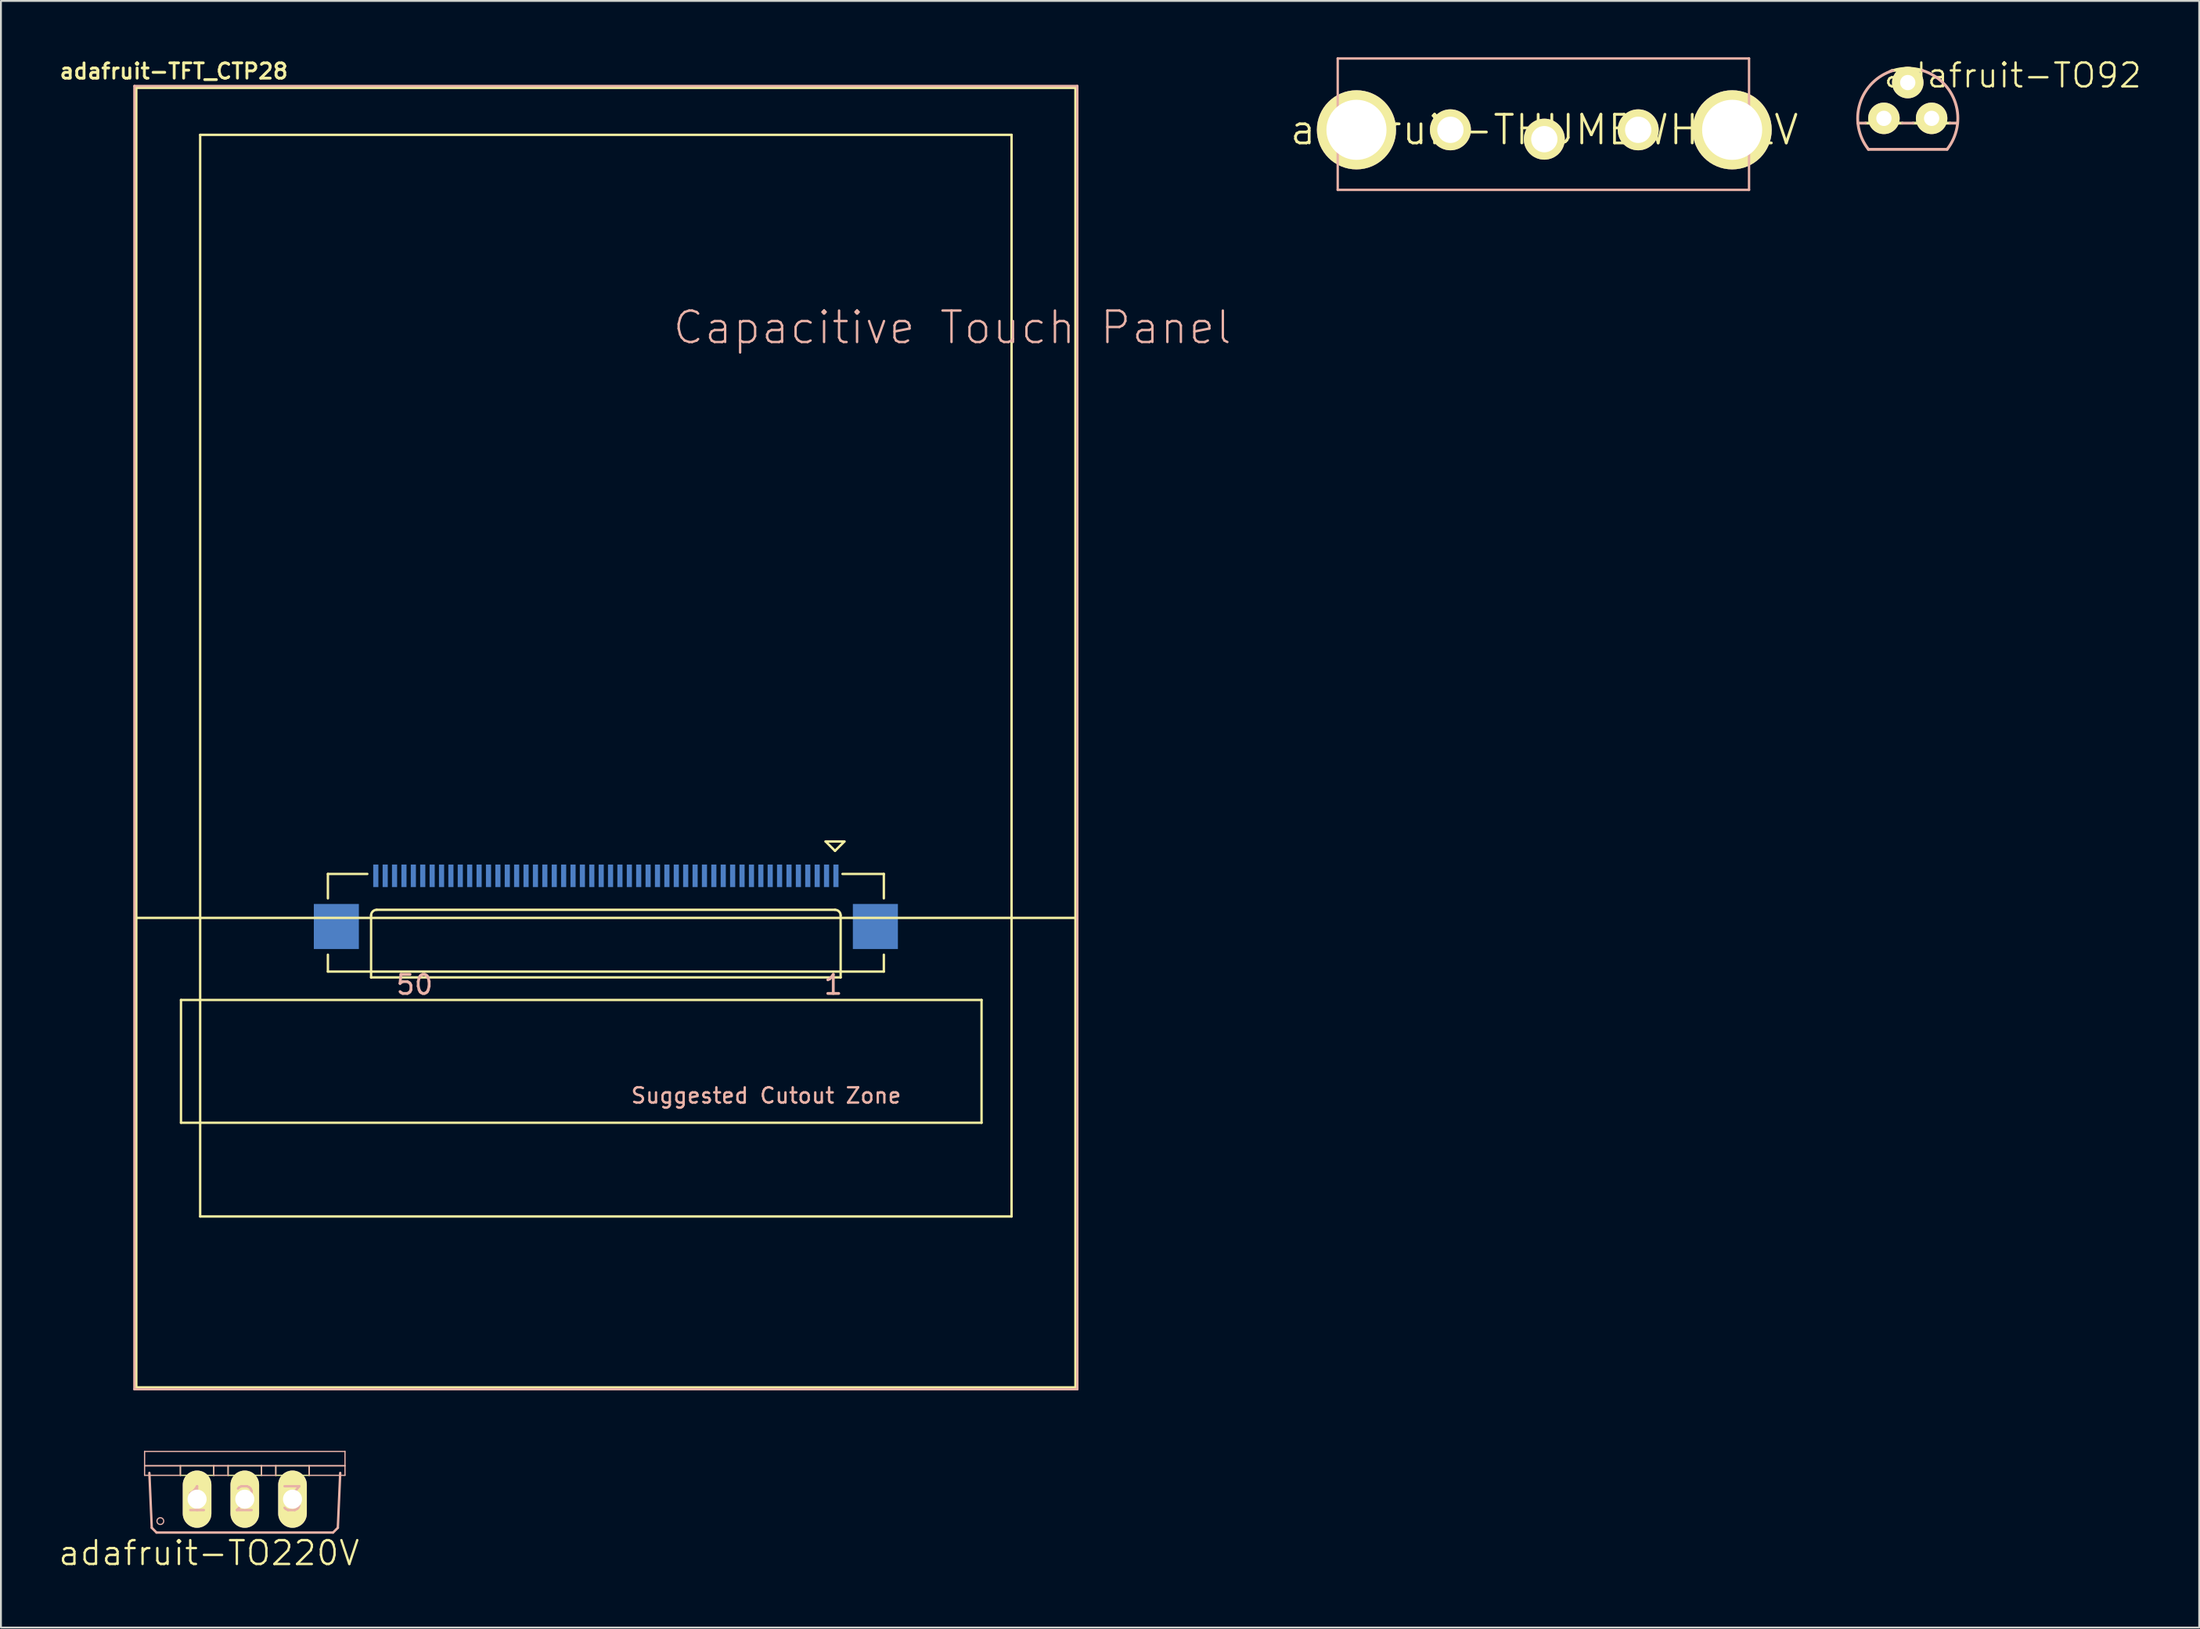
<source format=kicad_pcb>
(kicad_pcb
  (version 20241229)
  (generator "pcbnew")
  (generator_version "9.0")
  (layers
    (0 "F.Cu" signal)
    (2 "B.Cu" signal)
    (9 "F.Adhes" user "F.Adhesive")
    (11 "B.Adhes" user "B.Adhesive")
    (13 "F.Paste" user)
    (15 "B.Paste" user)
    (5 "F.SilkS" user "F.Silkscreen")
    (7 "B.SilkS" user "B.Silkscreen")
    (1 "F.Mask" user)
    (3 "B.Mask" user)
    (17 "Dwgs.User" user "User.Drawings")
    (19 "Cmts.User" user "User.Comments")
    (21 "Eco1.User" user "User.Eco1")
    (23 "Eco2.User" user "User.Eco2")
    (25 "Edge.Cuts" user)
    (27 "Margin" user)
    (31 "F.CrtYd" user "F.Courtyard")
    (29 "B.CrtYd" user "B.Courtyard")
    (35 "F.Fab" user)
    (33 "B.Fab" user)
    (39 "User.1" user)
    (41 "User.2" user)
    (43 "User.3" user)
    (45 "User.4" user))
  (footprint "adafruit-TO220V"
    (layer "F.Cu")
    (at 9.982 74.242)
    (property "Reference" "adafruit-TO220V" (at -1.905 5.41 0) (layer "F.SilkS") (effects (font (size 1.27 1.27) (thickness 0.127))))
    (attr exclude_from_pos_files exclude_from_bom)
    (fp_line (start -3.429 0.762) (end -1.651 0.762) (stroke (width 0.066) (type solid)) (layer "F.SilkS"))
    (fp_line (start -3.429 1.27) (end -3.429 0.762) (stroke (width 0.066) (type solid)) (layer "F.SilkS"))
    (fp_line (start -3.429 1.27) (end -1.651 1.27) (stroke (width 0.066) (type solid)) (layer "F.SilkS"))
    (fp_line (start -1.651 1.27) (end -1.651 0.762) (stroke (width 0.066) (type solid)) (layer "F.SilkS"))
    (fp_line (start -0.889 0.762) (end 0.889 0.762) (stroke (width 0.066) (type solid)) (layer "F.SilkS"))
    (fp_line (start -0.889 1.27) (end -0.889 0.762) (stroke (width 0.066) (type solid)) (layer "F.SilkS"))
    (fp_line (start -0.889 1.27) (end 0.889 1.27) (stroke (width 0.066) (type solid)) (layer "F.SilkS"))
    (fp_line (start 0.889 1.27) (end 0.889 0.762) (stroke (width 0.066) (type solid)) (layer "F.SilkS"))
    (fp_line (start 1.651 0.762) (end 3.429 0.762) (stroke (width 0.066) (type solid)) (layer "F.SilkS"))
    (fp_line (start 1.651 1.27) (end 1.651 0.762) (stroke (width 0.066) (type solid)) (layer "F.SilkS"))
    (fp_line (start 1.651 1.27) (end 3.429 1.27) (stroke (width 0.066) (type solid)) (layer "F.SilkS"))
    (fp_line (start 3.429 1.27) (end 3.429 0.762) (stroke (width 0.066) (type solid)) (layer "F.SilkS"))
    (fp_line (start -5.334 0) (end 5.334 0) (stroke (width 0.066) (type solid)) (layer "B.SilkS"))
    (fp_line (start -5.334 0.762) (end -5.334 0) (stroke (width 0.066) (type solid)) (layer "B.SilkS"))
    (fp_line (start -5.334 0.762) (end -3.429 0.762) (stroke (width 0.066) (type solid)) (layer "B.SilkS"))
    (fp_line (start -5.334 0.762) (end 5.334 0.762) (stroke (width 0.066) (type solid)) (layer "B.SilkS"))
    (fp_line (start -5.334 1.27) (end -5.334 0.762) (stroke (width 0.066) (type solid)) (layer "B.SilkS"))
    (fp_line (start -5.334 1.27) (end -3.429 1.27) (stroke (width 0.066) (type solid)) (layer "B.SilkS"))
    (fp_line (start -4.953 4.064) (end -5.08 1.143) (stroke (width 0.127) (type solid)) (layer "B.SilkS"))
    (fp_line (start -4.953 4.064) (end -4.699 4.318) (stroke (width 0.127) (type solid)) (layer "B.SilkS"))
    (fp_line (start -3.429 1.27) (end -3.429 0.762) (stroke (width 0.066) (type solid)) (layer "B.SilkS"))
    (fp_line (start -1.651 0.762) (end -0.889 0.762) (stroke (width 0.066) (type solid)) (layer "B.SilkS"))
    (fp_line (start -1.651 1.27) (end -1.651 0.762) (stroke (width 0.066) (type solid)) (layer "B.SilkS"))
    (fp_line (start -1.651 1.27) (end -0.889 1.27) (stroke (width 0.066) (type solid)) (layer "B.SilkS"))
    (fp_line (start -0.889 1.27) (end -0.889 0.762) (stroke (width 0.066) (type solid)) (layer "B.SilkS"))
    (fp_line (start 0.889 0.762) (end 1.651 0.762) (stroke (width 0.066) (type solid)) (layer "B.SilkS"))
    (fp_line (start 0.889 1.27) (end 0.889 0.762) (stroke (width 0.066) (type solid)) (layer "B.SilkS"))
    (fp_line (start 0.889 1.27) (end 1.651 1.27) (stroke (width 0.066) (type solid)) (layer "B.SilkS"))
    (fp_line (start 1.651 1.27) (end 1.651 0.762) (stroke (width 0.066) (type solid)) (layer "B.SilkS"))
    (fp_line (start 3.429 0.762) (end 5.334 0.762) (stroke (width 0.066) (type solid)) (layer "B.SilkS"))
    (fp_line (start 3.429 1.27) (end 3.429 0.762) (stroke (width 0.066) (type solid)) (layer "B.SilkS"))
    (fp_line (start 3.429 1.27) (end 5.334 1.27) (stroke (width 0.066) (type solid)) (layer "B.SilkS"))
    (fp_line (start 4.699 4.318) (end -4.699 4.318) (stroke (width 0.127) (type solid)) (layer "B.SilkS"))
    (fp_line (start 4.699 4.318) (end 4.953 4.064) (stroke (width 0.127) (type solid)) (layer "B.SilkS"))
    (fp_line (start 5.08 1.143) (end 4.953 4.064) (stroke (width 0.127) (type solid)) (layer "B.SilkS"))
    (fp_line (start 5.334 0.762) (end 5.334 0) (stroke (width 0.066) (type solid)) (layer "B.SilkS"))
    (fp_line (start 5.334 1.27) (end 5.334 0.762) (stroke (width 0.066) (type solid)) (layer "B.SilkS"))
    (fp_circle (center -4.496 3.708) (end -4.623 3.835) (stroke (width 0.064) (type solid)) (fill no) (layer "B.SilkS"))
    (fp_text user "2" (at 0 2.54 0) (layer "B.SilkS") (effects (font (size 1.27 1.27) (thickness 0.127))))
    (fp_text user "1" (at -2.54 2.54 0) (layer "B.SilkS") (effects (font (size 1.27 1.27) (thickness 0.127))))
    (fp_text user "3" (at 2.54 2.54 0) (layer "B.SilkS") (effects (font (size 1.27 1.27) (thickness 0.127))))
    (pad "1" thru_hole oval (at -2.54 2.54 180) (size 1.524 3.048) (drill 1.016) (layers "*.Cu" "F.Mask" "F.SilkS" "F.Paste"))
    (pad "2" thru_hole oval (at 0 2.54 180) (size 1.524 3.048) (drill 1.016) (layers "*.Cu" "F.Mask" "F.SilkS" "F.Paste"))
    (pad "3" thru_hole oval (at 2.54 2.54 180) (size 1.524 3.048) (drill 1.016) (layers "*.Cu" "F.Mask" "F.SilkS" "F.Paste")))
  (footprint "adafruit-TO92"
    (layer "F.Cu")
    (at 98.512 3.252)
    (property "Reference" "adafruit-TO92" (at 5.588 -2.286 0) (layer "F.SilkS") (effects (font (size 1.27 1.27) (thickness 0.127))))
    (attr exclude_from_pos_files exclude_from_bom)
    (fp_line (start -2.253 0.254) (end -0.284 0.254) (stroke (width 0.152) (type solid)) (layer "F.SilkS"))
    (fp_line (start 0.284 0.254) (end 2.253 0.254) (stroke (width 0.152) (type solid)) (layer "F.SilkS"))
    (fp_arc (start -0.78486 -2.54762) (mid -0.001061 -2.665778) (end 0.782832 -2.548244) (stroke (width 0.1524) (type solid)) (layer "F.SilkS"))
    (fp_line (start -2.654 0.254) (end -2.253 0.254) (stroke (width 0.152) (type solid)) (layer "B.SilkS"))
    (fp_line (start -2.093 1.651) (end 2.093 1.651) (stroke (width 0.152) (type solid)) (layer "B.SilkS"))
    (fp_line (start -0.284 0.254) (end 0.284 0.254) (stroke (width 0.152) (type solid)) (layer "B.SilkS"))
    (fp_line (start 2.253 0.254) (end 2.654 0.254) (stroke (width 0.152) (type solid)) (layer "B.SilkS"))
    (fp_arc (start -2.09296 1.651) (mid -2.546098 -0.789726) (end -0.791292 -2.545612) (stroke (width 0.1524) (type solid)) (layer "B.SilkS"))
    (fp_arc (start 0.78486 -2.54762) (mid 2.54411 -0.796164) (end 2.097139 1.645715) (stroke (width 0.1524) (type solid)) (layer "B.SilkS"))
    (pad "1" thru_hole circle (at -1.27 0) (size 1.676 1.676) (drill 0.813) (layers "*.Cu" "F.Mask" "F.SilkS" "F.Paste"))
    (pad "2" thru_hole circle (at 0 -1.905) (size 1.676 1.676) (drill 0.813) (layers "*.Cu" "F.Mask" "F.SilkS" "F.Paste"))
    (pad "3" thru_hole circle (at 1.27 0) (size 1.676 1.676) (drill 0.813) (layers "*.Cu" "F.Mask" "F.SilkS" "F.Paste")))
  (footprint "adafruit-TFT_CTP28"
    (layer "F.Cu")
    (at 29.204 36.229)
    (property "Reference" "adafruit-TFT_CTP28" (at -23 -35.486 0) (layer "F.SilkS") (effects (font (size 0.813 0.813) (thickness 0.152))))
    (attr smd)
    (fp_line (start -24.999 -34.6) (end 24.999 -34.6) (stroke (width 0.127) (type solid)) (layer "F.SilkS"))
    (fp_line (start -24.999 9.599) (end -24.999 -34.6) (stroke (width 0.127) (type solid)) (layer "F.SilkS"))
    (fp_line (start -24.999 9.599) (end 24.999 9.599) (stroke (width 0.127) (type solid)) (layer "F.SilkS"))
    (fp_line (start -24.999 34.6) (end -24.999 9.599) (stroke (width 0.127) (type solid)) (layer "F.SilkS"))
    (fp_line (start -22.619 13.97) (end 20 13.97) (stroke (width 0.127) (type solid)) (layer "F.SilkS"))
    (fp_line (start -22.619 20.508) (end -22.619 13.97) (stroke (width 0.127) (type solid)) (layer "F.SilkS"))
    (fp_line (start -21.598 -32.098) (end 21.598 -32.098) (stroke (width 0.127) (type solid)) (layer "F.SilkS"))
    (fp_line (start -21.598 25.499) (end -21.598 -32.098) (stroke (width 0.127) (type solid)) (layer "F.SilkS"))
    (fp_line (start -14.798 7.259) (end -14.798 8.56) (stroke (width 0.127) (type solid)) (layer "F.SilkS"))
    (fp_line (start -14.798 12.459) (end -14.798 11.56) (stroke (width 0.127) (type solid)) (layer "F.SilkS"))
    (fp_line (start -12.7 7.259) (end -14.798 7.259) (stroke (width 0.127) (type solid)) (layer "F.SilkS"))
    (fp_line (start -12.499 12.769) (end -12.499 9.469) (stroke (width 0.127) (type solid)) (layer "F.SilkS"))
    (fp_line (start -12.499 12.769) (end 12.499 12.769) (stroke (width 0.127) (type solid)) (layer "F.SilkS"))
    (fp_line (start -12.2 9.169) (end 12.2 9.169) (stroke (width 0.127) (type solid)) (layer "F.SilkS"))
    (fp_line (start 11.699 5.53) (end 12.7 5.53) (stroke (width 0.127) (type solid)) (layer "F.SilkS"))
    (fp_line (start 12.2 6.03) (end 11.699 5.53) (stroke (width 0.127) (type solid)) (layer "F.SilkS"))
    (fp_line (start 12.499 9.469) (end 12.499 12.769) (stroke (width 0.127) (type solid)) (layer "F.SilkS"))
    (fp_line (start 12.598 7.259) (end 14.798 7.259) (stroke (width 0.127) (type solid)) (layer "F.SilkS"))
    (fp_line (start 12.7 5.53) (end 12.2 6.03) (stroke (width 0.127) (type solid)) (layer "F.SilkS"))
    (fp_line (start 14.798 7.259) (end 14.798 8.56) (stroke (width 0.127) (type solid)) (layer "F.SilkS"))
    (fp_line (start 14.798 11.56) (end 14.798 12.459) (stroke (width 0.127) (type solid)) (layer "F.SilkS"))
    (fp_line (start 14.798 12.459) (end -14.798 12.459) (stroke (width 0.127) (type solid)) (layer "F.SilkS"))
    (fp_line (start 20 13.97) (end 20 20.508) (stroke (width 0.127) (type solid)) (layer "F.SilkS"))
    (fp_line (start 20 20.508) (end -22.619 20.508) (stroke (width 0.127) (type solid)) (layer "F.SilkS"))
    (fp_line (start 21.598 -32.098) (end 21.598 25.499) (stroke (width 0.127) (type solid)) (layer "F.SilkS"))
    (fp_line (start 21.598 25.499) (end -21.598 25.499) (stroke (width 0.127) (type solid)) (layer "F.SilkS"))
    (fp_line (start 24.999 -34.6) (end 24.999 9.599) (stroke (width 0.127) (type solid)) (layer "F.SilkS"))
    (fp_line (start 24.999 9.599) (end 24.999 34.6) (stroke (width 0.127) (type solid)) (layer "F.SilkS"))
    (fp_line (start 24.999 34.6) (end -24.999 34.6) (stroke (width 0.127) (type solid)) (layer "F.SilkS"))
    (fp_arc (start -12.49934 9.46912) (mid -12.411554 9.257186) (end -12.19962 9.1694) (stroke (width 0.127) (type solid)) (layer "F.SilkS"))
    (fp_arc (start 12.19962 9.1694) (mid 12.411554 9.257186) (end 12.49934 9.46912) (stroke (width 0.127) (type solid)) (layer "F.SilkS"))
    (fp_line (start -25.098 -34.699) (end 25.098 -34.699) (stroke (width 0.127) (type solid)) (layer "B.SilkS"))
    (fp_line (start -25.098 34.699) (end -25.098 -34.699) (stroke (width 0.127) (type solid)) (layer "B.SilkS"))
    (fp_line (start 25.098 -34.699) (end 25.098 34.699) (stroke (width 0.127) (type solid)) (layer "B.SilkS"))
    (fp_line (start 25.098 34.699) (end -25.098 34.699) (stroke (width 0.127) (type solid)) (layer "B.SilkS"))
    (fp_text user "Suggested Cutout Zone" (at 8.534 19.063 0) (layer "B.SilkS") (effects (font (size 0.813 0.813) (thickness 0.127))))
    (fp_text user "50" (at -10.183 13.16 0) (layer "B.SilkS") (effects (font (size 1.016 1.016) (thickness 0.152))))
    (fp_text user "1" (at 12.106 13.16 0) (layer "B.SilkS") (effects (font (size 1.016 1.016) (thickness 0.152))))
    (fp_text user "Capacitive Touch Panel" (at 18.44 -21.836 0) (layer "B.SilkS") (effects (font (size 1.676 1.676) (thickness 0.127))))
    (pad "1" smd rect (at 12.248 7.358 180) (size 0.274 1.199) (layers "B.Cu" "B.Mask"))
    (pad "2" smd rect (at 11.748 7.358 180) (size 0.274 1.199) (layers "B.Cu" "B.Mask"))
    (pad "3" smd rect (at 11.25 7.358 180) (size 0.274 1.199) (layers "B.Cu" "B.Mask"))
    (pad "4" smd rect (at 10.749 7.358 180) (size 0.274 1.199) (layers "B.Cu" "B.Mask"))
    (pad "5" smd rect (at 10.249 7.358 180) (size 0.274 1.199) (layers "B.Cu" "B.Mask"))
    (pad "6" smd rect (at 9.749 7.358 180) (size 0.274 1.199) (layers "B.Cu" "B.Mask"))
    (pad "7" smd rect (at 9.248 7.358 180) (size 0.274 1.199) (layers "B.Cu" "B.Mask"))
    (pad "8" smd rect (at 8.748 7.358 180) (size 0.274 1.199) (layers "B.Cu" "B.Mask"))
    (pad "9" smd rect (at 8.25 7.358 180) (size 0.274 1.199) (layers "B.Cu" "B.Mask"))
    (pad "10" smd rect (at 7.75 7.358 180) (size 0.274 1.199) (layers "B.Cu" "B.Mask"))
    (pad "11" smd rect (at 7.249 7.358 180) (size 0.274 1.199) (layers "B.Cu" "B.Mask"))
    (pad "12" smd rect (at 6.749 7.358 180) (size 0.274 1.199) (layers "B.Cu" "B.Mask"))
    (pad "13" smd rect (at 6.248 7.358 180) (size 0.274 1.199) (layers "B.Cu" "B.Mask"))
    (pad "14" smd rect (at 5.748 7.358 180) (size 0.274 1.199) (layers "B.Cu" "B.Mask"))
    (pad "15" smd rect (at 5.248 7.358 180) (size 0.274 1.199) (layers "B.Cu" "B.Mask"))
    (pad "16" smd rect (at 4.75 7.358 180) (size 0.274 1.199) (layers "B.Cu" "B.Mask"))
    (pad "17" smd rect (at 4.249 7.358 180) (size 0.274 1.199) (layers "B.Cu" "B.Mask"))
    (pad "18" smd rect (at 3.749 7.358 180) (size 0.274 1.199) (layers "B.Cu" "B.Mask"))
    (pad "19" smd rect (at 3.249 7.358 180) (size 0.274 1.199) (layers "B.Cu" "B.Mask"))
    (pad "20" smd rect (at 2.748 7.358 180) (size 0.274 1.199) (layers "B.Cu" "B.Mask"))
    (pad "21" smd rect (at 2.248 7.358 180) (size 0.274 1.199) (layers "B.Cu" "B.Mask"))
    (pad "22" smd rect (at 1.748 7.358 180) (size 0.274 1.199) (layers "B.Cu" "B.Mask"))
    (pad "23" smd rect (at 1.25 7.358 180) (size 0.274 1.199) (layers "B.Cu" "B.Mask"))
    (pad "24" smd rect (at 0.749 7.358 180) (size 0.274 1.199) (layers "B.Cu" "B.Mask"))
    (pad "25" smd rect (at 0.249 7.358 180) (size 0.274 1.199) (layers "B.Cu" "B.Mask"))
    (pad "26" smd rect (at -0.249 7.358 180) (size 0.274 1.199) (layers "B.Cu" "B.Mask"))
    (pad "27" smd rect (at -0.749 7.358 180) (size 0.274 1.199) (layers "B.Cu" "B.Mask"))
    (pad "28" smd rect (at -1.25 7.358 180) (size 0.274 1.199) (layers "B.Cu" "B.Mask"))
    (pad "29" smd rect (at -1.748 7.358 180) (size 0.274 1.199) (layers "B.Cu" "B.Mask"))
    (pad "30" smd rect (at -2.248 7.358 180) (size 0.274 1.199) (layers "B.Cu" "B.Mask"))
    (pad "31" smd rect (at -2.748 7.358 180) (size 0.274 1.199) (layers "B.Cu" "B.Mask"))
    (pad "32" smd rect (at -3.249 7.358 180) (size 0.274 1.199) (layers "B.Cu" "B.Mask"))
    (pad "33" smd rect (at -3.749 7.358 180) (size 0.274 1.199) (layers "B.Cu" "B.Mask"))
    (pad "34" smd rect (at -4.249 7.358 180) (size 0.274 1.199) (layers "B.Cu" "B.Mask"))
    (pad "35" smd rect (at -4.75 7.358 180) (size 0.274 1.199) (layers "B.Cu" "B.Mask"))
    (pad "36" smd rect (at -5.248 7.358 180) (size 0.274 1.199) (layers "B.Cu" "B.Mask"))
    (pad "37" smd rect (at -5.748 7.358 180) (size 0.274 1.199) (layers "B.Cu" "B.Mask"))
    (pad "38" smd rect (at -6.248 7.358 180) (size 0.274 1.199) (layers "B.Cu" "B.Mask"))
    (pad "39" smd rect (at -6.749 7.358 180) (size 0.274 1.199) (layers "B.Cu" "B.Mask"))
    (pad "40" smd rect (at -7.249 7.358 180) (size 0.274 1.199) (layers "B.Cu" "B.Mask"))
    (pad "41" smd rect (at -7.75 7.358 180) (size 0.274 1.199) (layers "B.Cu" "B.Mask"))
    (pad "42" smd rect (at -8.25 7.358 180) (size 0.274 1.199) (layers "B.Cu" "B.Mask"))
    (pad "43" smd rect (at -8.748 7.358 180) (size 0.274 1.199) (layers "B.Cu" "B.Mask"))
    (pad "44" smd rect (at -9.248 7.358 180) (size 0.274 1.199) (layers "B.Cu" "B.Mask"))
    (pad "45" smd rect (at -9.749 7.358 180) (size 0.274 1.199) (layers "B.Cu" "B.Mask"))
    (pad "46" smd rect (at -10.249 7.358 180) (size 0.274 1.199) (layers "B.Cu" "B.Mask"))
    (pad "47" smd rect (at -10.749 7.358 180) (size 0.274 1.199) (layers "B.Cu" "B.Mask"))
    (pad "48" smd rect (at -11.25 7.358 180) (size 0.274 1.199) (layers "B.Cu" "B.Mask"))
    (pad "49" smd rect (at -11.748 7.358 180) (size 0.274 1.199) (layers "B.Cu" "B.Mask"))
    (pad "50" smd rect (at -12.248 7.358 180) (size 0.274 1.199) (layers "B.Cu" "B.Mask"))
    (pad "PAD1" smd rect (at 14.348 10.058 180) (size 2.398 2.398) (layers "B.Cu" "B.Mask"))
    (pad "PAD2" smd rect (at -14.348 10.058 180) (size 2.398 2.398) (layers "B.Cu" "B.Mask")))
  (footprint "adafruit-THUMBWHEELV"
    (layer "F.Cu")
    (at 79.163 3.863)
    (property "Reference" "adafruit-THUMBWHEELV" (at 0 0 0) (layer "F.SilkS") (effects (font (size 1.524 1.524) (thickness 0.15))))
    (attr exclude_from_pos_files exclude_from_bom)
    (fp_line (start -10.998 -3.8) (end -10.998 3.198) (stroke (width 0.127) (type solid)) (layer "B.SilkS"))
    (fp_line (start -10.998 -3.8) (end 10.899 -3.8) (stroke (width 0.127) (type solid)) (layer "B.SilkS"))
    (fp_line (start -10.998 3.198) (end 10.899 3.198) (stroke (width 0.127) (type solid)) (layer "B.SilkS"))
    (fp_line (start 10.899 -3.8) (end 10.899 3.198) (stroke (width 0.127) (type solid)) (layer "B.SilkS"))
    (pad "A" thru_hole circle (at -4.999 0) (size 2.182 2.182) (drill 1.4) (layers "*.Cu" "F.Mask" "F.SilkS" "F.Paste"))
    (pad "E" thru_hole circle (at 4.999 0) (size 2.182 2.182) (drill 1.4) (layers "*.Cu" "F.Mask" "F.SilkS" "F.Paste"))
    (pad "S" thru_hole circle (at 0 0.498) (size 2.182 2.182) (drill 1.4) (layers "*.Cu" "F.Mask" "F.SilkS" "F.Paste"))
    (pad "SW1" thru_hole circle (at -10 0) (size 4.214 4.214) (drill 3.198) (layers "*.Cu" "F.Mask" "F.SilkS" "F.Paste"))
    (pad "SW2" thru_hole circle (at 10 0) (size 4.214 4.214) (drill 3.198) (layers "*.Cu" "F.Mask" "F.SilkS" "F.Paste")))
  (gr_rect
    (start -3 -3)
    (end 114.027 83.618)
    (stroke (width 0.1) (type default))
    (fill no)
    (layer "Edge.Cuts")))
</source>
